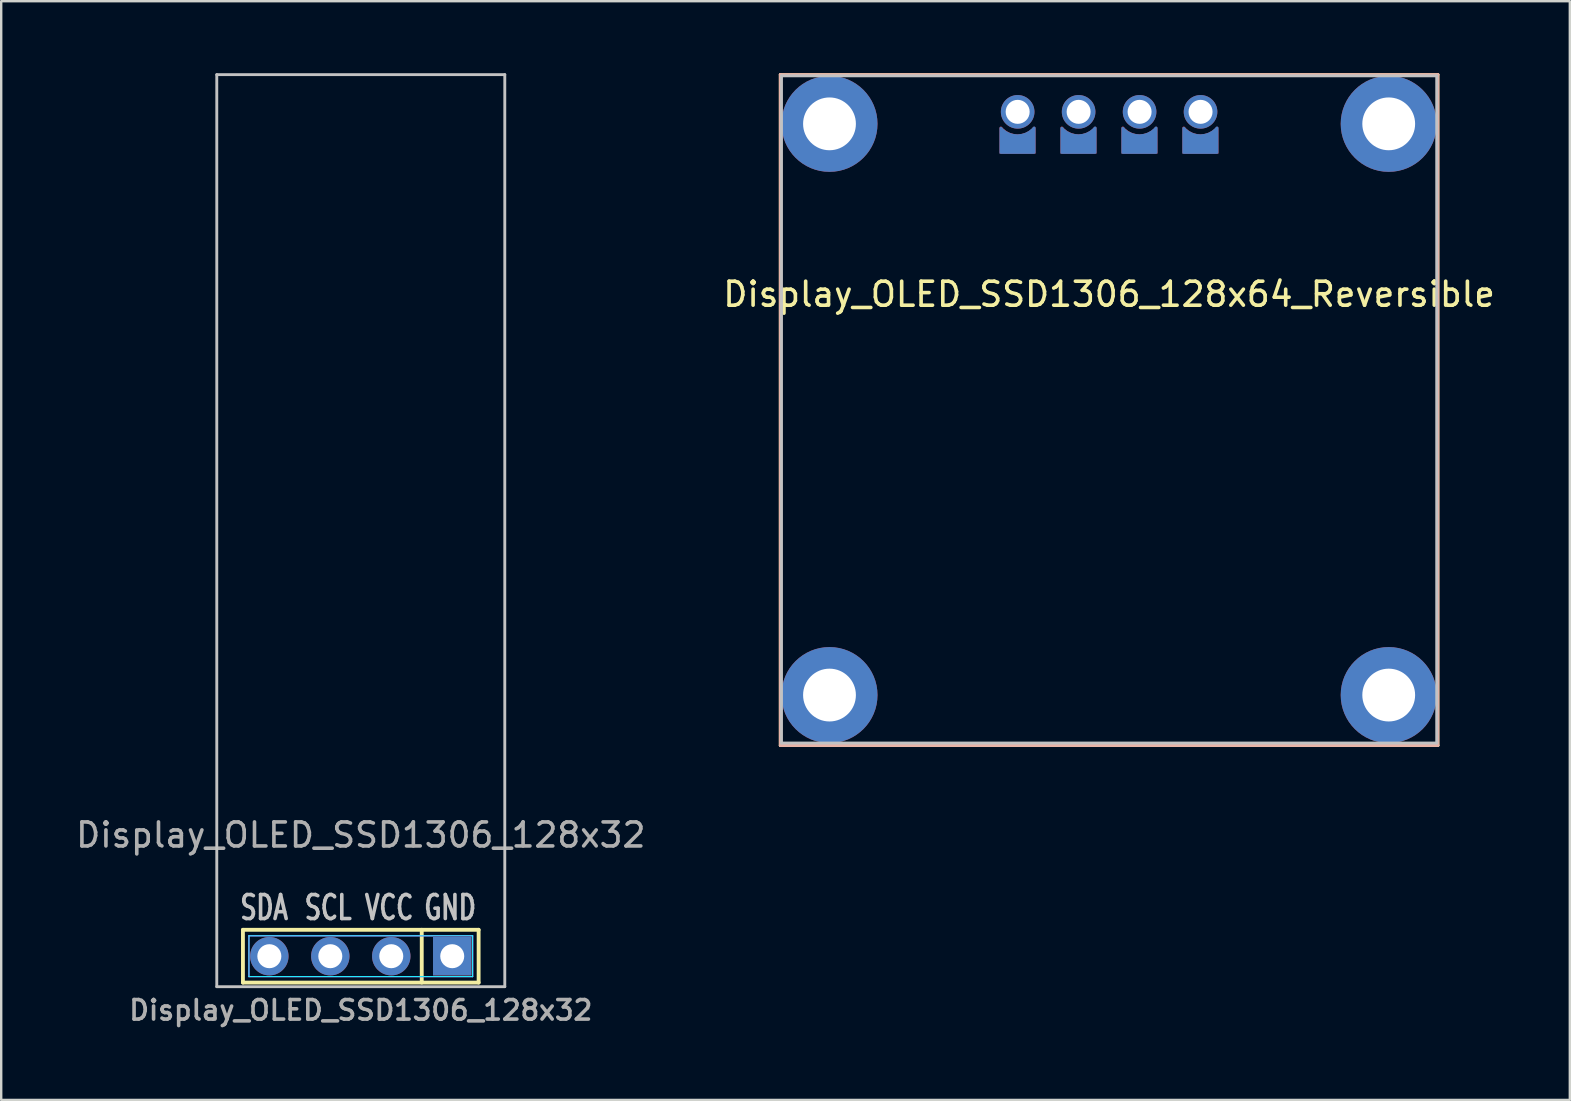
<source format=kicad_pcb>
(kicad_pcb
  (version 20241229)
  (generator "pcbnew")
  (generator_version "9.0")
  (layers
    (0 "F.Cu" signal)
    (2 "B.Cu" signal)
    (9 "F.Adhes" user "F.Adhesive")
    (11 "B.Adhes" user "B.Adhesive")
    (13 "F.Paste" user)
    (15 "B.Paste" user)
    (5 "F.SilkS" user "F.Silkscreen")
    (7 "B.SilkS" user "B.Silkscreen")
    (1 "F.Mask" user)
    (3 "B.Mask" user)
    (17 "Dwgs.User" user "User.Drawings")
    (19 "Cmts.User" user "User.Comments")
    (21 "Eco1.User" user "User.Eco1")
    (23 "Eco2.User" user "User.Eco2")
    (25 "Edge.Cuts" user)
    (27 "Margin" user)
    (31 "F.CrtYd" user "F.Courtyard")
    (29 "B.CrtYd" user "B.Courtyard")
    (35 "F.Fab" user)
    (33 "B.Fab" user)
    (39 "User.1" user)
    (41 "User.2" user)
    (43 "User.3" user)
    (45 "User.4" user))
  (footprint "Display_OLED_SSD1306_128x32"
    (layer "F.Cu")
    (at 11.982 36.79)
    (property "Reference" "Display_OLED_SSD1306_128x32" (at 0 2.25 180) (layer "F.Fab") (effects (font (size 0.813 0.813) (thickness 0.15))))
    (attr through_hole)
    (fp_line (start -4.91 -1.1) (end 4.91 -1.1) (stroke (width 0.16) (type solid)) (layer "F.SilkS"))
    (fp_line (start -4.91 1.1) (end -4.91 -1.1) (stroke (width 0.16) (type solid)) (layer "F.SilkS"))
    (fp_line (start 2.54 1.1) (end 2.54 -1.1) (stroke (width 0.16) (type solid)) (layer "F.SilkS"))
    (fp_line (start 4.91 -1.1) (end 4.91 1.1) (stroke (width 0.16) (type solid)) (layer "F.SilkS"))
    (fp_line (start 4.91 1.1) (end -4.91 1.1) (stroke (width 0.16) (type solid)) (layer "F.SilkS"))
    (fp_line (start -6 -36.73) (end 6 -36.73) (stroke (width 0.12) (type solid)) (layer "Dwgs.User"))
    (fp_line (start -6 1.27) (end -6 -36.73) (stroke (width 0.12) (type solid)) (layer "Dwgs.User"))
    (fp_line (start -6 1.27) (end 6 1.27) (stroke (width 0.12) (type solid)) (layer "Dwgs.User"))
    (fp_line (start 6 -36.73) (end 6 1.27) (stroke (width 0.12) (type solid)) (layer "Dwgs.User"))
    (fp_line (start -4.66 -0.85) (end 4.66 -0.85) (stroke (width 0.05) (type solid)) (layer "B.CrtYd"))
    (fp_line (start -4.66 0.85) (end -4.66 -0.85) (stroke (width 0.05) (type solid)) (layer "B.CrtYd"))
    (fp_line (start 4.66 -0.85) (end 4.66 0.85) (stroke (width 0.05) (type solid)) (layer "B.CrtYd"))
    (fp_line (start 4.66 0.85) (end -4.66 0.85) (stroke (width 0.05) (type solid)) (layer "B.CrtYd"))
    (fp_line (start -4.66 -0.85) (end 4.66 -0.85) (stroke (width 0.05) (type solid)) (layer "F.CrtYd"))
    (fp_line (start -4.66 0.85) (end -4.66 -0.85) (stroke (width 0.05) (type solid)) (layer "F.CrtYd"))
    (fp_line (start 4.66 -0.85) (end 4.66 0.85) (stroke (width 0.05) (type solid)) (layer "F.CrtYd"))
    (fp_line (start 4.66 0.85) (end -4.66 0.85) (stroke (width 0.05) (type solid)) (layer "F.CrtYd"))
    (fp_text user "GND" (at 3.722 -2.025 0) (layer "Dwgs.User") (effects (font (size 1 0.7) (thickness 0.15))))
    (fp_text user "VCC" (at 1.182 -2.025 180) (layer "Dwgs.User") (effects (font (size 1 0.7) (thickness 0.15))))
    (fp_text user "SDA" (at -4.025 -2.025 180) (layer "Dwgs.User") (effects (font (size 1 0.7) (thickness 0.15))))
    (fp_text user "SCL" (at -1.358 -2.025 180) (layer "Dwgs.User") (effects (font (size 1 0.7) (thickness 0.15))))
    (fp_text user "Display_OLED_SSD1306_128x32" (at 0 -5.05 0) (layer "F.Fab") (effects (font (size 1 1) (thickness 0.15))))
    (pad "1" thru_hole rect (at 3.81 0 180) (size 1.6 1.6) (drill 1) (layers "*.Cu" "*.Mask"))
    (pad "2" thru_hole circle (at 1.27 0 180) (size 1.6 1.6) (drill 1) (layers "*.Cu" "*.Mask"))
    (pad "3" thru_hole circle (at -1.27 0 180) (size 1.6 1.6) (drill 1) (layers "*.Cu" "*.Mask"))
    (pad "4" thru_hole circle (at -3.81 0 180) (size 1.6 1.6) (drill 1) (layers "*.Cu" "*.Mask")))
  (footprint "Display_OLED_SSD1306_128x64_Reversible"
    (layer "F.Cu")
    (at 43.161 1.61)
    (property "Reference" "Display_OLED_SSD1306_128x64_Reversible" (at 0 7.6 0) (layer "F.SilkS") (effects (font (size 1 1) (thickness 0.15))))
    (attr through_hole)
    (fp_line (start -13.7 -1.55) (end -13.7 26.4) (stroke (width 0.12) (type solid)) (layer "F.SilkS"))
    (fp_line (start -13.7 26.4) (end 13.7 26.4) (stroke (width 0.12) (type solid)) (layer "F.SilkS"))
    (fp_line (start 13.7 -1.55) (end -13.7 -1.55) (stroke (width 0.12) (type solid)) (layer "F.SilkS"))
    (fp_line (start 13.7 26.4) (end 13.7 -1.55) (stroke (width 0.12) (type solid)) (layer "F.SilkS"))
    (fp_line (start -13.7 -1.55) (end 13.7 -1.55) (stroke (width 0.12) (type solid)) (layer "B.SilkS"))
    (fp_line (start -13.7 26.4) (end -13.7 -1.55) (stroke (width 0.12) (type solid)) (layer "B.SilkS"))
    (fp_line (start 13.7 -1.55) (end 13.7 26.4) (stroke (width 0.12) (type solid)) (layer "B.SilkS"))
    (fp_line (start 13.7 26.4) (end -13.7 26.4) (stroke (width 0.12) (type solid)) (layer "B.SilkS"))
    (fp_line (start -13.65 -1.5) (end 13.65 -1.5) (stroke (width 0.12) (type solid)) (layer "Dwgs.User"))
    (fp_line (start -13.65 26.3) (end -13.65 -1.5) (stroke (width 0.12) (type solid)) (layer "Dwgs.User"))
    (fp_line (start -13.65 26.3) (end 13.65 26.3) (stroke (width 0.12) (type solid)) (layer "Dwgs.User"))
    (fp_line (start 13.65 26.3) (end 13.65 -1.5) (stroke (width 0.12) (type solid)) (layer "Dwgs.User"))
    (pad "" thru_hole circle (at -11.65 0.5) (size 4 4) (drill 2.2) (layers "*.Cu" "*.Mask"))
    (pad "" thru_hole circle (at -11.65 24.3) (size 4 4) (drill 2.2) (layers "*.Cu" "*.Mask"))
    (pad "" thru_hole circle (at -3.81 0 90) (size 1.4 1.4) (drill 1) (layers "*.Cu" "*.Mask"))
    (pad "" thru_hole circle (at -1.27 0 90) (size 1.4 1.4) (drill 1) (layers "*.Cu" "*.Mask"))
    (pad "" thru_hole circle (at 1.27 0 90) (size 1.4 1.4) (drill 1) (layers "*.Cu" "*.Mask"))
    (pad "" thru_hole circle (at 3.81 0 90) (size 1.4 1.4) (drill 1) (layers "*.Cu" "*.Mask"))
    (pad "" thru_hole circle (at 11.65 0.5) (size 4 4) (drill 2.2) (layers "*.Cu" "*.Mask"))
    (pad "" thru_hole circle (at 11.65 24.3) (size 4 4) (drill 2.2) (layers "*.Cu" "*.Mask"))
    (pad "1" smd custom (at -3.82 1.34 90) (size 0.8 1.5) (layers "B.Cu" "B.Mask") (options (anchor rect)) (primitives (gr_poly (pts (xy 0.34 -0.3) (xy 0.34 -0.67) (xy 0.56 -0.67)) (width 0.1) (fill yes)) (gr_line (start 0.67 0.697) (end -0.35 0.697) (width 0.12)) (gr_poly (pts (xy 0.54 0.67) (xy 0.32 0.67) (xy 0.32 0.3)) (width 0.1) (fill yes)) (gr_line (start -0.35 0.697) (end -0.35 -0.69) (width 0.12)) (gr_arc (start 0.67 0.697) (mid 0.346892 0.011995) (end 0.651894 -0.681261) (width 0.12)) (gr_line (start -0.35 -0.69) (end 0.66 -0.69) (width 0.12))))
    (pad "1" smd custom (at 3.808 1.339 90) (size 0.8 1.5) (layers "F.Cu" "F.Mask") (options (anchor rect)) (primitives (gr_poly (pts (xy 0.56 0.67) (xy 0.34 0.67) (xy 0.34 0.3)) (width 0.1) (fill yes)) (gr_line (start 0.67 -0.697) (end -0.35 -0.697) (width 0.12)) (gr_poly (pts (xy 0.32 -0.3) (xy 0.32 -0.67) (xy 0.54 -0.67)) (width 0.1) (fill yes)) (gr_line (start -0.35 -0.697) (end -0.35 0.69) (width 0.12)) (gr_arc (start 0.660264 0.68864) (mid 0.346832 -0.00562) (end 0.668786 -0.69597) (width 0.12)) (gr_line (start -0.35 0.69) (end 0.66 0.69) (width 0.12))))
    (pad "2" smd custom (at -1.28 1.34 90) (size 0.8 1.5) (layers "B.Cu" "B.Mask") (options (anchor rect)) (primitives (gr_poly (pts (xy 0.34 -0.3) (xy 0.34 -0.67) (xy 0.56 -0.67)) (width 0.1) (fill yes)) (gr_line (start 0.67 0.697) (end -0.35 0.697) (width 0.12)) (gr_poly (pts (xy 0.54 0.67) (xy 0.32 0.67) (xy 0.32 0.3)) (width 0.1) (fill yes)) (gr_line (start -0.35 0.697) (end -0.35 -0.69) (width 0.12)) (gr_arc (start 0.67 0.697) (mid 0.346892 0.011995) (end 0.651894 -0.681261) (width 0.12)) (gr_line (start -0.35 -0.69) (end 0.66 -0.69) (width 0.12))))
    (pad "2" smd custom (at 1.268 1.339 90) (size 0.8 1.5) (layers "F.Cu" "F.Mask") (options (anchor rect)) (primitives (gr_poly (pts (xy 0.56 0.67) (xy 0.34 0.67) (xy 0.34 0.3)) (width 0.1) (fill yes)) (gr_line (start 0.67 -0.697) (end -0.35 -0.697) (width 0.12)) (gr_poly (pts (xy 0.32 -0.3) (xy 0.32 -0.67) (xy 0.54 -0.67)) (width 0.1) (fill yes)) (gr_line (start -0.35 -0.697) (end -0.35 0.69) (width 0.12)) (gr_arc (start 0.660264 0.68864) (mid 0.346832 -0.00562) (end 0.668786 -0.69597) (width 0.12)) (gr_line (start -0.35 0.69) (end 0.66 0.69) (width 0.12))))
    (pad "3" smd custom (at -1.272 1.339 90) (size 0.8 1.5) (layers "F.Cu" "F.Mask") (options (anchor rect)) (primitives (gr_poly (pts (xy 0.56 0.67) (xy 0.34 0.67) (xy 0.34 0.3)) (width 0.1) (fill yes)) (gr_line (start 0.67 -0.697) (end -0.35 -0.697) (width 0.12)) (gr_poly (pts (xy 0.32 -0.3) (xy 0.32 -0.67) (xy 0.54 -0.67)) (width 0.1) (fill yes)) (gr_line (start -0.35 -0.697) (end -0.35 0.69) (width 0.12)) (gr_arc (start 0.660264 0.68864) (mid 0.346832 -0.00562) (end 0.668786 -0.69597) (width 0.12)) (gr_line (start -0.35 0.69) (end 0.66 0.69) (width 0.12))))
    (pad "3" smd custom (at 1.26 1.34 90) (size 0.8 1.5) (layers "B.Cu" "B.Mask") (options (anchor rect)) (primitives (gr_poly (pts (xy 0.34 -0.3) (xy 0.34 -0.67) (xy 0.56 -0.67)) (width 0.1) (fill yes)) (gr_line (start 0.67 0.697) (end -0.35 0.697) (width 0.12)) (gr_poly (pts (xy 0.54 0.67) (xy 0.32 0.67) (xy 0.32 0.3)) (width 0.1) (fill yes)) (gr_line (start -0.35 0.697) (end -0.35 -0.69) (width 0.12)) (gr_arc (start 0.67 0.697) (mid 0.346892 0.011995) (end 0.651894 -0.681261) (width 0.12)) (gr_line (start -0.35 -0.69) (end 0.66 -0.69) (width 0.12))))
    (pad "4" smd custom (at -3.812 1.339 90) (size 0.8 1.5) (layers "F.Cu" "F.Mask") (options (anchor rect)) (primitives (gr_poly (pts (xy 0.56 0.67) (xy 0.34 0.67) (xy 0.34 0.3)) (width 0.1) (fill yes)) (gr_line (start 0.67 -0.697) (end -0.35 -0.697) (width 0.12)) (gr_poly (pts (xy 0.32 -0.3) (xy 0.32 -0.67) (xy 0.54 -0.67)) (width 0.1) (fill yes)) (gr_line (start -0.35 -0.697) (end -0.35 0.69) (width 0.12)) (gr_arc (start 0.660264 0.68864) (mid 0.346832 -0.00562) (end 0.668786 -0.69597) (width 0.12)) (gr_line (start -0.35 0.69) (end 0.66 0.69) (width 0.12))))
    (pad "4" smd custom (at 3.8 1.34 90) (size 0.8 1.5) (layers "B.Cu" "B.Mask") (options (anchor rect)) (primitives (gr_poly (pts (xy 0.34 -0.3) (xy 0.34 -0.67) (xy 0.56 -0.67)) (width 0.1) (fill yes)) (gr_line (start 0.67 0.697) (end -0.35 0.697) (width 0.12)) (gr_poly (pts (xy 0.54 0.67) (xy 0.32 0.67) (xy 0.32 0.3)) (width 0.1) (fill yes)) (gr_line (start -0.35 0.697) (end -0.35 -0.69) (width 0.12)) (gr_arc (start 0.67 0.697) (mid 0.346892 0.011995) (end 0.651894 -0.681261) (width 0.12)) (gr_line (start -0.35 -0.69) (end 0.66 -0.69) (width 0.12)))))
  (gr_rect
    (start -3 -3)
    (end 62.357 42.779)
    (stroke (width 0.1) (type default))
    (fill no)
    (layer "Edge.Cuts")))
</source>
